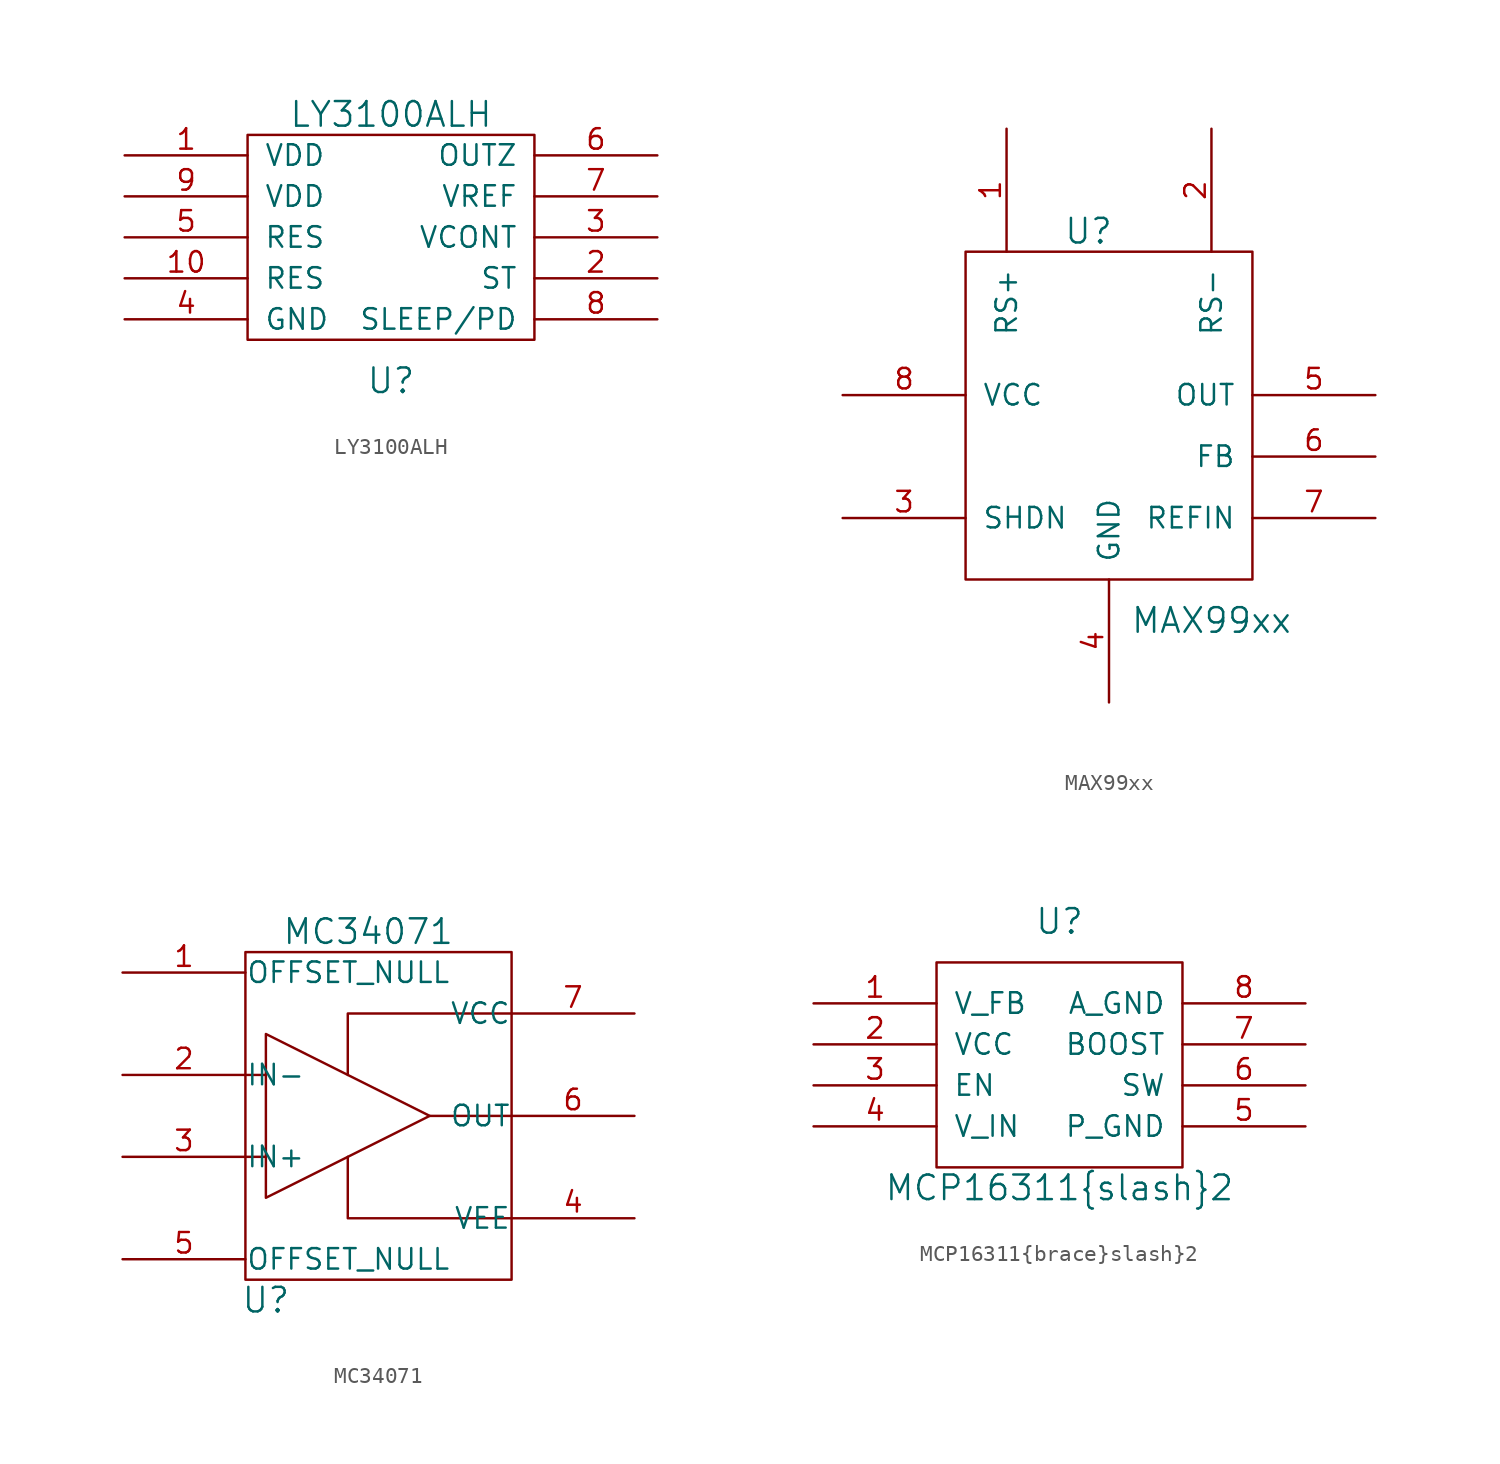
<source format=kicad_sym>
(kicad_symbol_lib
  (version 20211014)
  (generator kicad_symbol_editor)
  (symbol "LY3100ALH"
    (pin_names
      (offset 1.016))
    (property "Reference" "U"
      (at 0 -8.89 0)
      (effects (font (size 1.524 1.524))))
    (property "Value" "LY3100ALH"
      (at 0 7.62 0)
      (effects (font (size 1.524 1.524))))
    (property "Footprint" ""
      (at 0 0 0)
      (effects (font (size 1.524 1.524))))
    (property "Datasheet" ""
      (at 0 0 0)
      (effects (font (size 1.524 1.524))))
    (symbol "LY3100ALH_0_1"
      (rectangle (start -8.89 6.35) (end 8.89 -6.35) (stroke (width 0) (type default) (color 0 0 0 0)) (fill (type none))))
    (symbol "LY3100ALH_1_1"
      (pin power_in line (at -16.51 5.08 0) (length 7.62) (name "VDD" (effects (font (size 1.27 1.27)))) (number "1" (effects (font (size 1.27 1.27)))))
      (pin input line (at -16.51 -2.54 0) (length 7.62) (name "RES" (effects (font (size 1.27 1.27)))) (number "10" (effects (font (size 1.27 1.27)))))
      (pin input line (at 16.51 -2.54 180) (length 7.62) (name "ST" (effects (font (size 1.27 1.27)))) (number "2" (effects (font (size 1.27 1.27)))))
      (pin input line (at 16.51 0 180) (length 7.62) (name "VCONT" (effects (font (size 1.27 1.27)))) (number "3" (effects (font (size 1.27 1.27)))))
      (pin power_in line (at -16.51 -5.08 0) (length 7.62) (name "GND" (effects (font (size 1.27 1.27)))) (number "4" (effects (font (size 1.27 1.27)))))
      (pin input line (at -16.51 0 0) (length 7.62) (name "RES" (effects (font (size 1.27 1.27)))) (number "5" (effects (font (size 1.27 1.27)))))
      (pin output line (at 16.51 5.08 180) (length 7.62) (name "OUTZ" (effects (font (size 1.27 1.27)))) (number "6" (effects (font (size 1.27 1.27)))))
      (pin output line (at 16.51 2.54 180) (length 7.62) (name "VREF" (effects (font (size 1.27 1.27)))) (number "7" (effects (font (size 1.27 1.27)))))
      (pin input line (at 16.51 -5.08 180) (length 7.62) (name "SLEEP/PD" (effects (font (size 1.27 1.27)))) (number "8" (effects (font (size 1.27 1.27)))))
      (pin power_in line (at -16.51 2.54 0) (length 7.62) (name "VDD" (effects (font (size 1.27 1.27)))) (number "9" (effects (font (size 1.27 1.27)))))))
  (symbol "MAX99xx"
    (pin_names
      (offset 1.016))
    (property "Reference" "U"
      (at -1.27 11.43 0)
      (effects (font (size 1.524 1.524))))
    (property "Value" "MAX99xx"
      (at 6.35 -12.7 0)
      (effects (font (size 1.524 1.524))))
    (property "Footprint" ""
      (at 0 0 0)
      (effects (font (size 1.524 1.524))))
    (property "Datasheet" ""
      (at 0 0 0)
      (effects (font (size 1.524 1.524))))
    (symbol "MAX99xx_0_1"
      (rectangle (start -8.89 10.16) (end 8.89 -10.16) (stroke (width 0) (type default) (color 0 0 0 0)) (fill (type none))))
    (symbol "MAX99xx_1_1"
      (pin input line (at -6.35 17.78 270) (length 7.62) (name "RS+" (effects (font (size 1.27 1.27)))) (number "1" (effects (font (size 1.27 1.27)))))
      (pin input line (at 6.35 17.78 270) (length 7.62) (name "RS-" (effects (font (size 1.27 1.27)))) (number "2" (effects (font (size 1.27 1.27)))))
      (pin input line (at -16.51 -6.35 0) (length 7.62) (name "SHDN" (effects (font (size 1.27 1.27)))) (number "3" (effects (font (size 1.27 1.27)))))
      (pin power_in line (at 0 -17.78 90) (length 7.62) (name "GND" (effects (font (size 1.27 1.27)))) (number "4" (effects (font (size 1.27 1.27)))))
      (pin output line (at 16.51 1.27 180) (length 7.62) (name "OUT" (effects (font (size 1.27 1.27)))) (number "5" (effects (font (size 1.27 1.27)))))
      (pin input line (at 16.51 -2.54 180) (length 7.62) (name "FB" (effects (font (size 1.27 1.27)))) (number "6" (effects (font (size 1.27 1.27)))))
      (pin input line (at 16.51 -6.35 180) (length 7.62) (name "REFIN" (effects (font (size 1.27 1.27)))) (number "7" (effects (font (size 1.27 1.27)))))
      (pin power_in line (at -16.51 1.27 0) (length 7.62) (name "VCC" (effects (font (size 1.27 1.27)))) (number "8" (effects (font (size 1.27 1.27)))))))
  (symbol "MC34071"
    (pin_names
      (offset 0.025))
    (property "Reference" "U"
      (at -6.35 -11.43 0)
      (effects (font (size 1.524 1.524))))
    (property "Value" "MC34071"
      (at 0 11.43 0)
      (effects (font (size 1.524 1.524))))
    (property "Datasheet" ""
      (at 0 0 0)
      (effects (font (size 1.524 1.524))))
    (symbol "MC34071_0_1"
      (rectangle (start -7.62 10.16) (end 8.89 -10.16) (stroke (width 0) (type default) (color 0 0 0 0)) (fill (type none)))
      (polyline (pts (xy -7.62 -2.54) (xy -6.35 -2.54) (xy -6.35 -2.54)) (stroke (width 0) (type default) (color 0 0 0 0)) (fill (type none)))
      (polyline (pts (xy -7.62 2.54) (xy -6.35 2.54) (xy -6.35 2.54)) (stroke (width 0) (type default) (color 0 0 0 0)) (fill (type none)))
      (polyline (pts (xy 3.81 0) (xy 8.89 0) (xy 8.89 0)) (stroke (width 0) (type default) (color 0 0 0 0)) (fill (type none)))
      (polyline (pts (xy 8.89 -6.35) (xy -1.27 -6.35) (xy -1.27 -2.54) (xy -1.27 -2.54)) (stroke (width 0) (type default) (color 0 0 0 0)) (fill (type none)))
      (polyline (pts (xy 8.89 6.35) (xy -1.27 6.35) (xy -1.27 2.54) (xy -1.27 2.54) (xy -1.27 2.54)) (stroke (width 0) (type default) (color 0 0 0 0)) (fill (type none))))
    (symbol "MC34071_1_1"
      (polyline (pts (xy -6.35 5.08) (xy -6.35 -5.08) (xy 3.81 0) (xy -6.35 5.08) (xy -3.81 3.81)) (stroke (width 0) (type default) (color 0 0 0 0)) (fill (type none)))
      (pin output line (at -15.24 8.89 0) (length 7.62) (name "OFFSET_NULL" (effects (font (size 1.27 1.27)))) (number "1" (effects (font (size 1.27 1.27)))))
      (pin input line (at -15.24 2.54 0) (length 7.62) (name "IN-" (effects (font (size 1.27 1.27)))) (number "2" (effects (font (size 1.27 1.27)))))
      (pin input line (at -15.24 -2.54 0) (length 7.62) (name "IN+" (effects (font (size 1.27 1.27)))) (number "3" (effects (font (size 1.27 1.27)))))
      (pin input line (at 16.51 -6.35 180) (length 7.62) (name "VEE" (effects (font (size 1.27 1.27)))) (number "4" (effects (font (size 1.27 1.27)))))
      (pin output line (at -15.24 -8.89 0) (length 7.62) (name "OFFSET_NULL" (effects (font (size 1.27 1.27)))) (number "5" (effects (font (size 1.27 1.27)))))
      (pin output line (at 16.51 0 180) (length 7.62) (name "OUT" (effects (font (size 1.27 1.27)))) (number "6" (effects (font (size 1.27 1.27)))))
      (pin input line (at 16.51 6.35 180) (length 7.62) (name "VCC" (effects (font (size 1.27 1.27)))) (number "7" (effects (font (size 1.27 1.27)))))))
  (symbol "MCP16311{brace}slash}2"
    (pin_names
      (offset 1.016))
    (property "Reference" "U"
      (at 0 8.89 0)
      (effects (font (size 1.524 1.524))))
    (property "Value" "MCP16311{brace}slash}2"
      (at 0 -7.62 0)
      (effects (font (size 1.524 1.524))))
    (property "Footprint" ""
      (at 1.27 0 0)
      (effects (font (size 1.524 1.524))))
    (property "Datasheet" ""
      (at 1.27 0 0)
      (effects (font (size 1.524 1.524))))
    (symbol "MCP16311{brace}slash}2_0_1"
      (rectangle (start -7.62 6.35) (end 7.62 -6.35) (stroke (width 0) (type default) (color 0 0 0 0)) (fill (type none))))
    (symbol "MCP16311{brace}slash}2_1_1"
      (pin input line (at -15.24 3.81 0) (length 7.62) (name "V_FB" (effects (font (size 1.27 1.27)))) (number "1" (effects (font (size 1.27 1.27)))))
      (pin input line (at -15.24 1.27 0) (length 7.62) (name "VCC" (effects (font (size 1.27 1.27)))) (number "2" (effects (font (size 1.27 1.27)))))
      (pin input line (at -15.24 -1.27 0) (length 7.62) (name "EN" (effects (font (size 1.27 1.27)))) (number "3" (effects (font (size 1.27 1.27)))))
      (pin input line (at -15.24 -3.81 0) (length 7.62) (name "V_IN" (effects (font (size 1.27 1.27)))) (number "4" (effects (font (size 1.27 1.27)))))
      (pin input line (at 15.24 -3.81 180) (length 7.62) (name "P_GND" (effects (font (size 1.27 1.27)))) (number "5" (effects (font (size 1.27 1.27)))))
      (pin input line (at 15.24 -1.27 180) (length 7.62) (name "SW" (effects (font (size 1.27 1.27)))) (number "6" (effects (font (size 1.27 1.27)))))
      (pin input line (at 15.24 1.27 180) (length 7.62) (name "BOOST" (effects (font (size 1.27 1.27)))) (number "7" (effects (font (size 1.27 1.27)))))
      (pin input line (at 15.24 3.81 180) (length 7.62) (name "A_GND" (effects (font (size 1.27 1.27)))) (number "8" (effects (font (size 1.27 1.27))))))))
</source>
